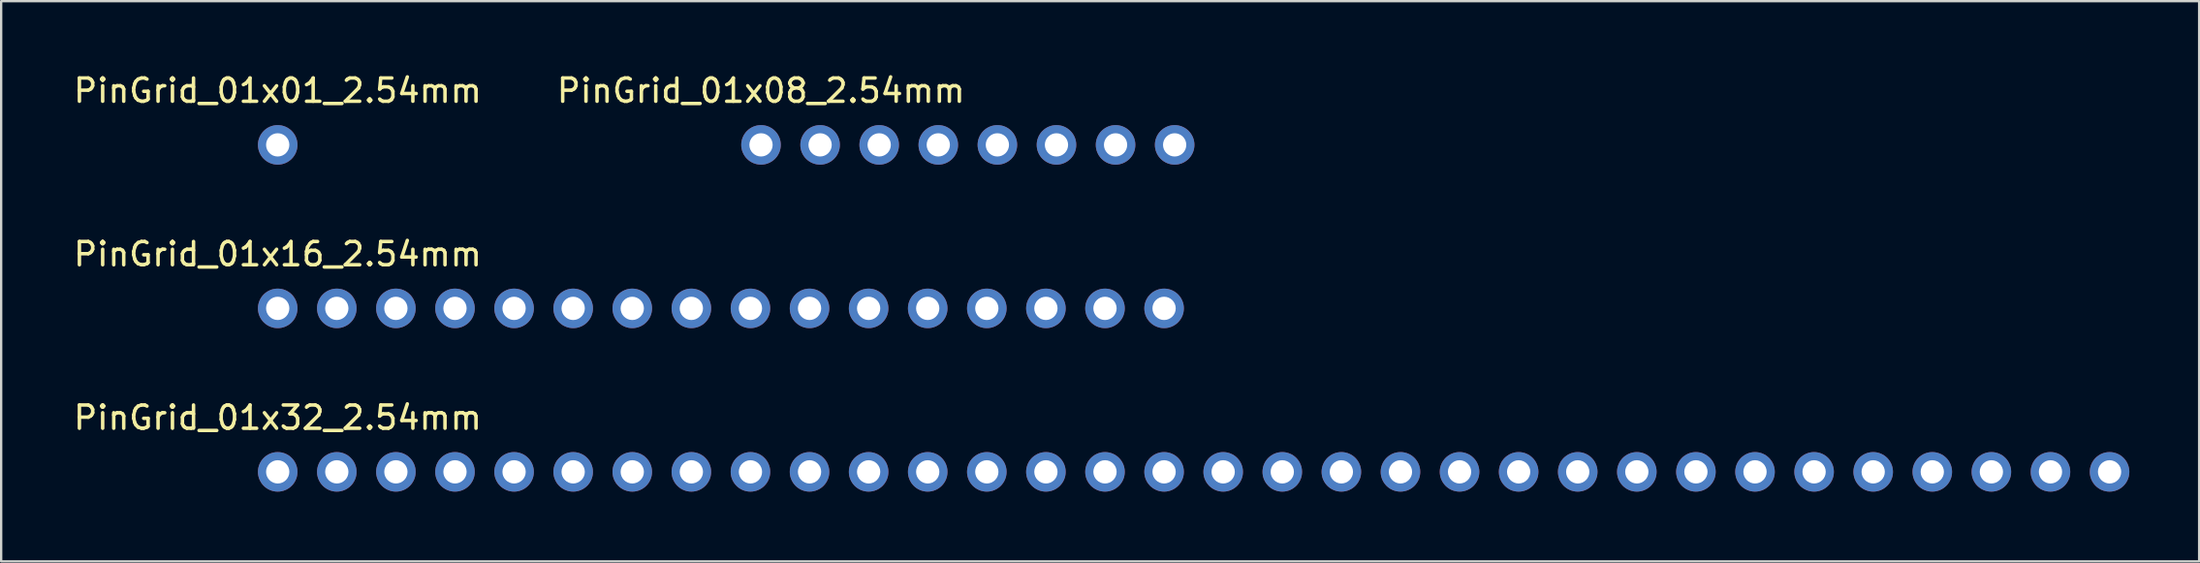
<source format=kicad_pcb>
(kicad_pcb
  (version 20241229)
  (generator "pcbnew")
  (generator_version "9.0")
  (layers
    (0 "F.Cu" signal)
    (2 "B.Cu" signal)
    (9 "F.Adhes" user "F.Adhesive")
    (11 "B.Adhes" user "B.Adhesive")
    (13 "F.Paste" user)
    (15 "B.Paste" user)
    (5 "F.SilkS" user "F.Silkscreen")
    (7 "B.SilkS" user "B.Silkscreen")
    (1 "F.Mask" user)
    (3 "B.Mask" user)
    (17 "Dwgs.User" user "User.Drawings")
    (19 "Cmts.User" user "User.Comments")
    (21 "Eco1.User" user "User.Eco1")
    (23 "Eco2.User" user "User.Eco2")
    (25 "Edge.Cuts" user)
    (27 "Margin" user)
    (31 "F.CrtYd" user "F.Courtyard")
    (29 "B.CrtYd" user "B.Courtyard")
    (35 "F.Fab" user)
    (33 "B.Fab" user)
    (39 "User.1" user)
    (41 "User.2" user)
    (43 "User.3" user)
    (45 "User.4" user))
  (footprint "PinGrid_01x01_2.54mm"
    (layer "F.Cu")
    (at 8.887 3.178)
    (property "Reference" "PinGrid_01x01_2.54mm" (at 0 -2.33 0) (layer "F.SilkS") (effects (font (size 1 1) (thickness 0.15))))
    (attr through_hole)
    (pad "1" thru_hole circle (at 0 0) (size 1.7 1.7) (drill 1) (layers "*.Cu" "*.Mask")))
  (footprint "PinGrid_01x16_2.54mm"
    (layer "F.Cu")
    (at 8.887 10.207)
    (property "Reference" "PinGrid_01x16_2.54mm" (at 0 -2.33 0) (layer "F.SilkS") (effects (font (size 1 1) (thickness 0.15))))
    (attr through_hole)
    (pad "1" thru_hole circle (at 0 0) (size 1.7 1.7) (drill 1) (layers "*.Cu" "*.Mask"))
    (pad "2" thru_hole circle (at 2.54 0) (size 1.7 1.7) (drill 1) (layers "*.Cu" "*.Mask"))
    (pad "3" thru_hole circle (at 5.08 0) (size 1.7 1.7) (drill 1) (layers "*.Cu" "*.Mask"))
    (pad "4" thru_hole circle (at 7.62 0) (size 1.7 1.7) (drill 1) (layers "*.Cu" "*.Mask"))
    (pad "5" thru_hole circle (at 10.16 0) (size 1.7 1.7) (drill 1) (layers "*.Cu" "*.Mask"))
    (pad "6" thru_hole circle (at 12.7 0) (size 1.7 1.7) (drill 1) (layers "*.Cu" "*.Mask"))
    (pad "7" thru_hole circle (at 15.24 0) (size 1.7 1.7) (drill 1) (layers "*.Cu" "*.Mask"))
    (pad "8" thru_hole circle (at 17.78 0) (size 1.7 1.7) (drill 1) (layers "*.Cu" "*.Mask"))
    (pad "9" thru_hole circle (at 20.32 0) (size 1.7 1.7) (drill 1) (layers "*.Cu" "*.Mask"))
    (pad "10" thru_hole circle (at 22.86 0) (size 1.7 1.7) (drill 1) (layers "*.Cu" "*.Mask"))
    (pad "11" thru_hole circle (at 25.4 0) (size 1.7 1.7) (drill 1) (layers "*.Cu" "*.Mask"))
    (pad "12" thru_hole circle (at 27.94 0) (size 1.7 1.7) (drill 1) (layers "*.Cu" "*.Mask"))
    (pad "13" thru_hole circle (at 30.48 0) (size 1.7 1.7) (drill 1) (layers "*.Cu" "*.Mask"))
    (pad "14" thru_hole circle (at 33.02 0) (size 1.7 1.7) (drill 1) (layers "*.Cu" "*.Mask"))
    (pad "15" thru_hole circle (at 35.56 0) (size 1.7 1.7) (drill 1) (layers "*.Cu" "*.Mask"))
    (pad "16" thru_hole circle (at 38.1 0) (size 1.7 1.7) (drill 1) (layers "*.Cu" "*.Mask")))
  (footprint "PinGrid_01x08_2.54mm"
    (layer "F.Cu")
    (at 29.661 3.178)
    (property "Reference" "PinGrid_01x08_2.54mm" (at 0 -2.33 0) (layer "F.SilkS") (effects (font (size 1 1) (thickness 0.15))))
    (attr through_hole)
    (pad "1" thru_hole circle (at 0 0) (size 1.7 1.7) (drill 1) (layers "*.Cu" "*.Mask"))
    (pad "2" thru_hole circle (at 2.54 0) (size 1.7 1.7) (drill 1) (layers "*.Cu" "*.Mask"))
    (pad "3" thru_hole circle (at 5.08 0) (size 1.7 1.7) (drill 1) (layers "*.Cu" "*.Mask"))
    (pad "4" thru_hole circle (at 7.62 0) (size 1.7 1.7) (drill 1) (layers "*.Cu" "*.Mask"))
    (pad "5" thru_hole circle (at 10.16 0) (size 1.7 1.7) (drill 1) (layers "*.Cu" "*.Mask"))
    (pad "6" thru_hole circle (at 12.7 0) (size 1.7 1.7) (drill 1) (layers "*.Cu" "*.Mask"))
    (pad "7" thru_hole circle (at 15.24 0) (size 1.7 1.7) (drill 1) (layers "*.Cu" "*.Mask"))
    (pad "8" thru_hole circle (at 17.78 0) (size 1.7 1.7) (drill 1) (layers "*.Cu" "*.Mask")))
  (footprint "PinGrid_01x32_2.54mm"
    (layer "F.Cu")
    (at 8.887 17.235)
    (property "Reference" "PinGrid_01x32_2.54mm" (at 0 -2.33 0) (layer "F.SilkS") (effects (font (size 1 1) (thickness 0.15))))
    (attr through_hole)
    (pad "1" thru_hole circle (at 0 0) (size 1.7 1.7) (drill 1) (layers "*.Cu" "*.Mask"))
    (pad "2" thru_hole circle (at 2.54 0) (size 1.7 1.7) (drill 1) (layers "*.Cu" "*.Mask"))
    (pad "3" thru_hole circle (at 5.08 0) (size 1.7 1.7) (drill 1) (layers "*.Cu" "*.Mask"))
    (pad "4" thru_hole circle (at 7.62 0) (size 1.7 1.7) (drill 1) (layers "*.Cu" "*.Mask"))
    (pad "5" thru_hole circle (at 10.16 0) (size 1.7 1.7) (drill 1) (layers "*.Cu" "*.Mask"))
    (pad "6" thru_hole circle (at 12.7 0) (size 1.7 1.7) (drill 1) (layers "*.Cu" "*.Mask"))
    (pad "7" thru_hole circle (at 15.24 0) (size 1.7 1.7) (drill 1) (layers "*.Cu" "*.Mask"))
    (pad "8" thru_hole circle (at 17.78 0) (size 1.7 1.7) (drill 1) (layers "*.Cu" "*.Mask"))
    (pad "9" thru_hole circle (at 20.32 0) (size 1.7 1.7) (drill 1) (layers "*.Cu" "*.Mask"))
    (pad "10" thru_hole circle (at 22.86 0) (size 1.7 1.7) (drill 1) (layers "*.Cu" "*.Mask"))
    (pad "11" thru_hole circle (at 25.4 0) (size 1.7 1.7) (drill 1) (layers "*.Cu" "*.Mask"))
    (pad "12" thru_hole circle (at 27.94 0) (size 1.7 1.7) (drill 1) (layers "*.Cu" "*.Mask"))
    (pad "13" thru_hole circle (at 30.48 0) (size 1.7 1.7) (drill 1) (layers "*.Cu" "*.Mask"))
    (pad "14" thru_hole circle (at 33.02 0) (size 1.7 1.7) (drill 1) (layers "*.Cu" "*.Mask"))
    (pad "15" thru_hole circle (at 35.56 0) (size 1.7 1.7) (drill 1) (layers "*.Cu" "*.Mask"))
    (pad "16" thru_hole circle (at 38.1 0) (size 1.7 1.7) (drill 1) (layers "*.Cu" "*.Mask"))
    (pad "17" thru_hole circle (at 40.64 0) (size 1.7 1.7) (drill 1) (layers "*.Cu" "*.Mask"))
    (pad "18" thru_hole circle (at 43.18 0) (size 1.7 1.7) (drill 1) (layers "*.Cu" "*.Mask"))
    (pad "19" thru_hole circle (at 45.72 0) (size 1.7 1.7) (drill 1) (layers "*.Cu" "*.Mask"))
    (pad "20" thru_hole circle (at 48.26 0) (size 1.7 1.7) (drill 1) (layers "*.Cu" "*.Mask"))
    (pad "21" thru_hole circle (at 50.8 0) (size 1.7 1.7) (drill 1) (layers "*.Cu" "*.Mask"))
    (pad "22" thru_hole circle (at 53.34 0) (size 1.7 1.7) (drill 1) (layers "*.Cu" "*.Mask"))
    (pad "23" thru_hole circle (at 55.88 0) (size 1.7 1.7) (drill 1) (layers "*.Cu" "*.Mask"))
    (pad "24" thru_hole circle (at 58.42 0) (size 1.7 1.7) (drill 1) (layers "*.Cu" "*.Mask"))
    (pad "25" thru_hole circle (at 60.96 0) (size 1.7 1.7) (drill 1) (layers "*.Cu" "*.Mask"))
    (pad "26" thru_hole circle (at 63.5 0) (size 1.7 1.7) (drill 1) (layers "*.Cu" "*.Mask"))
    (pad "27" thru_hole circle (at 66.04 0) (size 1.7 1.7) (drill 1) (layers "*.Cu" "*.Mask"))
    (pad "28" thru_hole circle (at 68.58 0) (size 1.7 1.7) (drill 1) (layers "*.Cu" "*.Mask"))
    (pad "29" thru_hole circle (at 71.12 0) (size 1.7 1.7) (drill 1) (layers "*.Cu" "*.Mask"))
    (pad "30" thru_hole circle (at 73.66 0) (size 1.7 1.7) (drill 1) (layers "*.Cu" "*.Mask"))
    (pad "31" thru_hole circle (at 76.2 0) (size 1.7 1.7) (drill 1) (layers "*.Cu" "*.Mask"))
    (pad "32" thru_hole circle (at 78.74 0) (size 1.7 1.7) (drill 1) (layers "*.Cu" "*.Mask")))
  (gr_rect
    (start -3 -3)
    (end 91.477 21.085)
    (stroke (width 0.1) (type default))
    (fill no)
    (layer "Edge.Cuts")))
</source>
